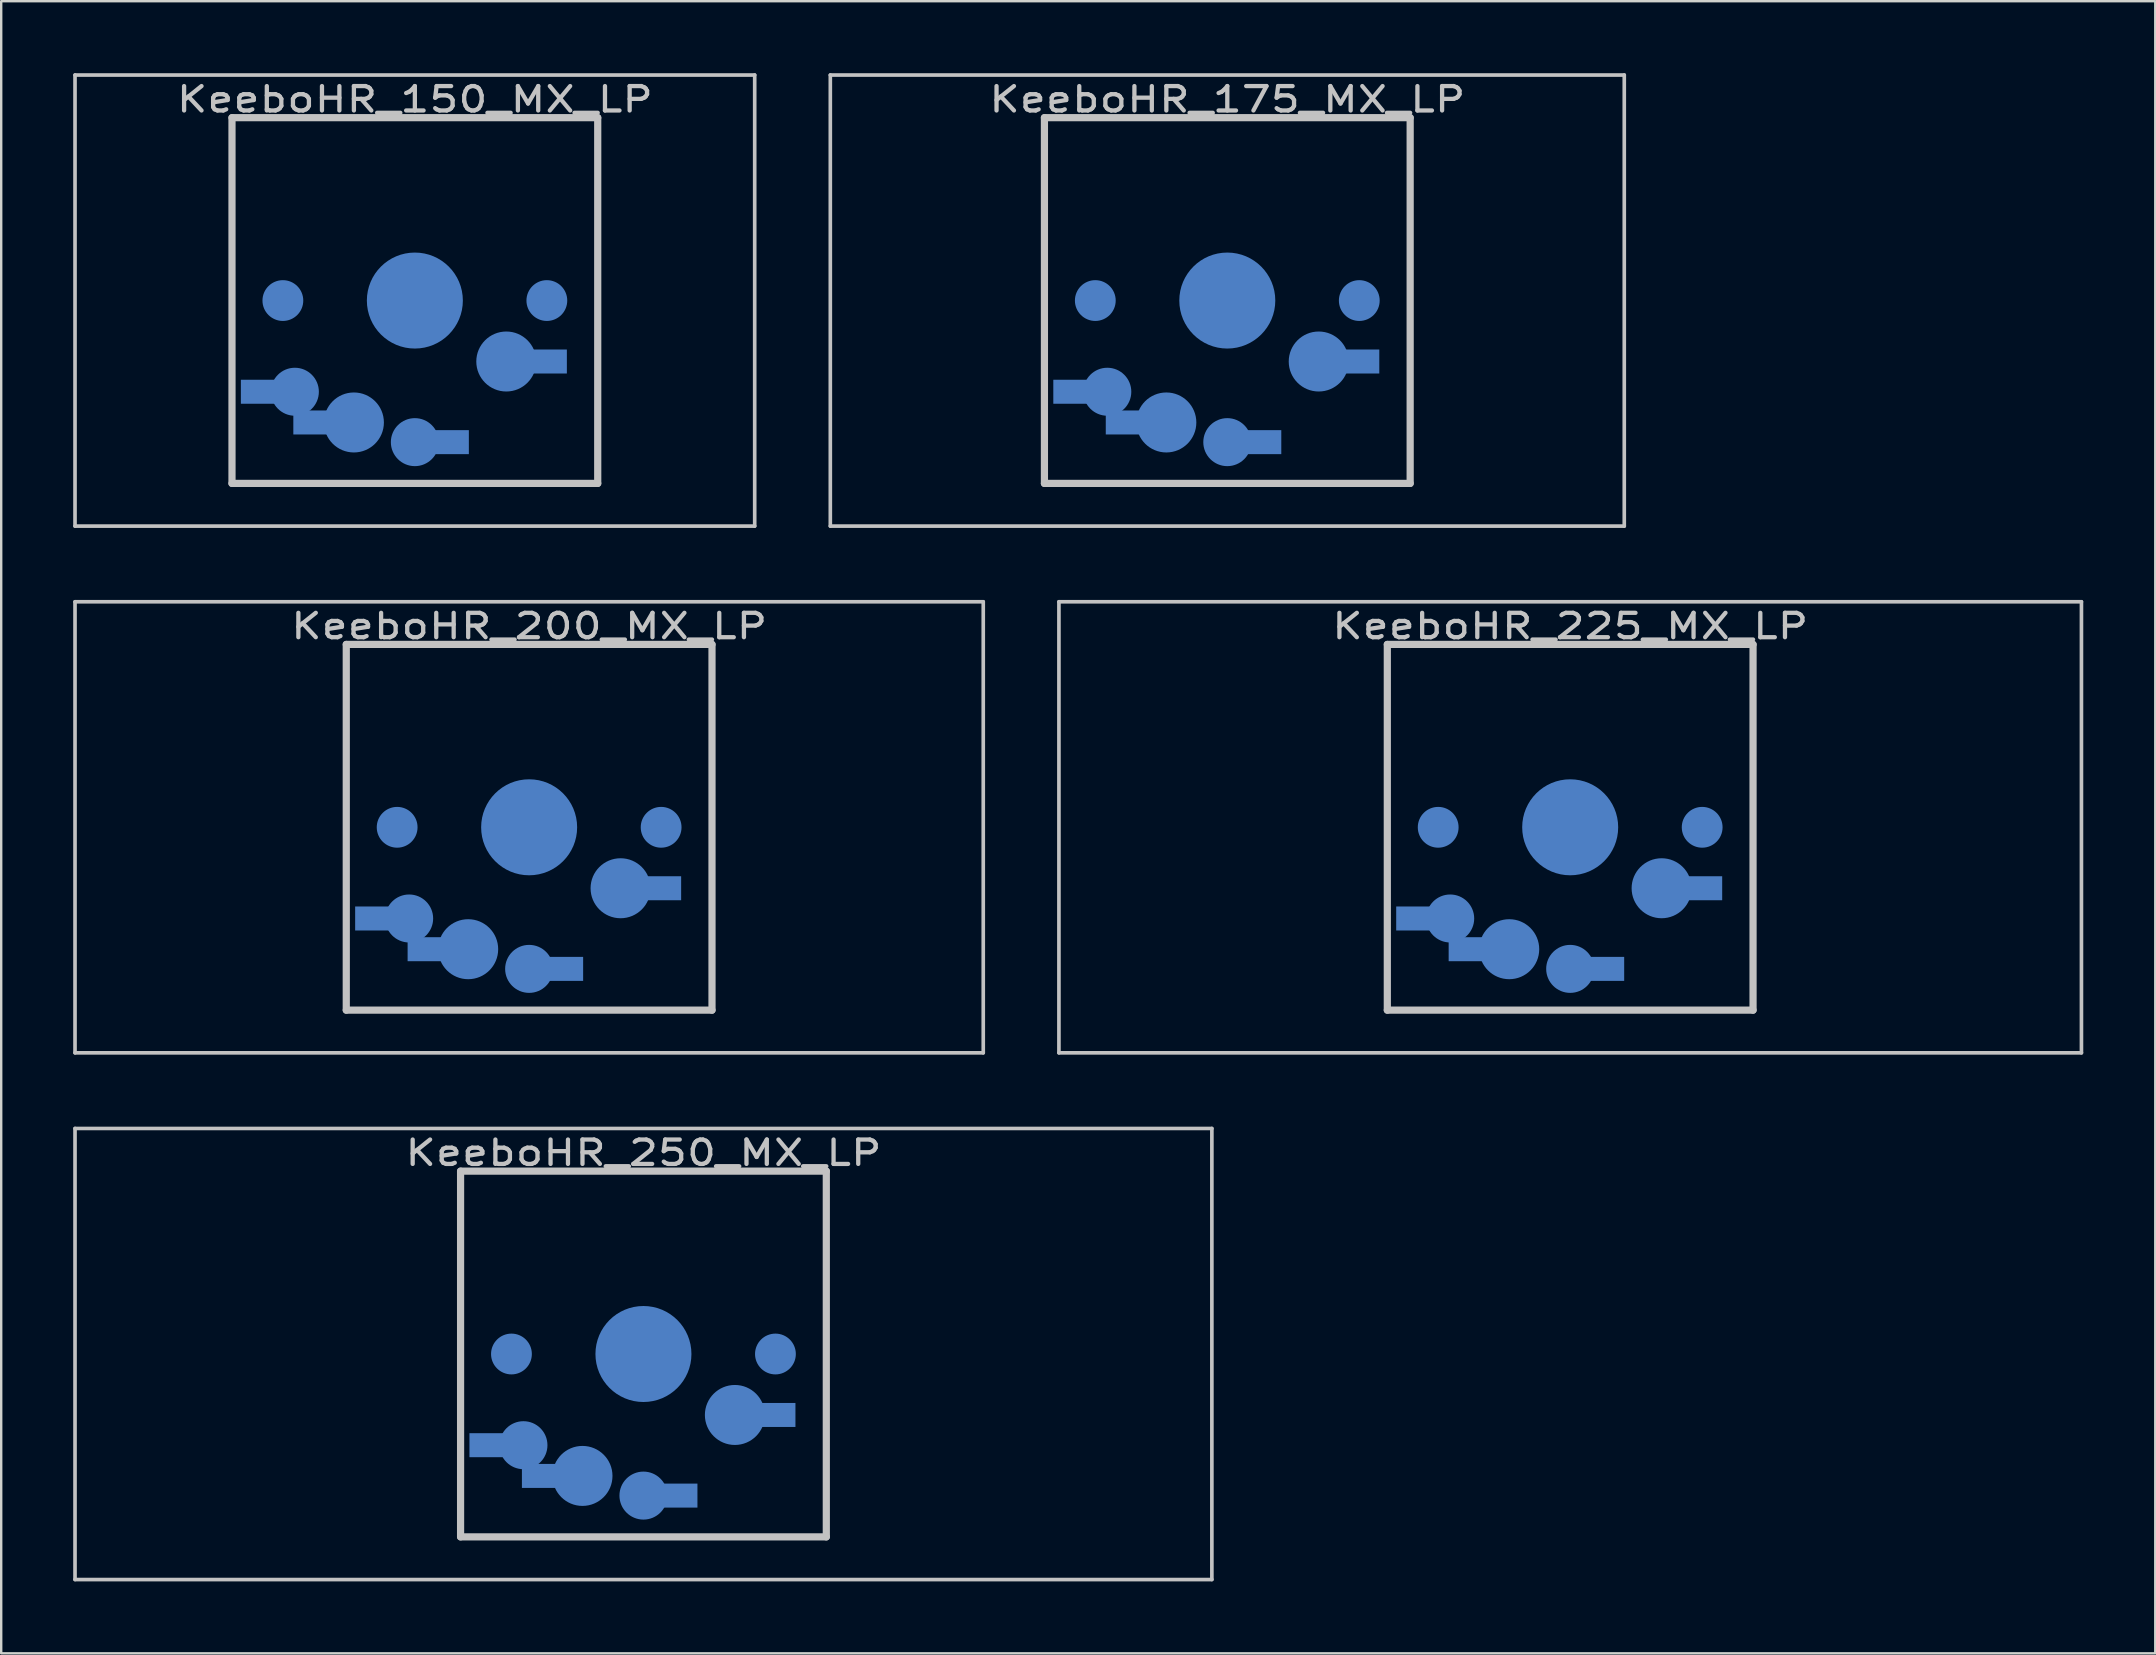
<source format=kicad_pcb>
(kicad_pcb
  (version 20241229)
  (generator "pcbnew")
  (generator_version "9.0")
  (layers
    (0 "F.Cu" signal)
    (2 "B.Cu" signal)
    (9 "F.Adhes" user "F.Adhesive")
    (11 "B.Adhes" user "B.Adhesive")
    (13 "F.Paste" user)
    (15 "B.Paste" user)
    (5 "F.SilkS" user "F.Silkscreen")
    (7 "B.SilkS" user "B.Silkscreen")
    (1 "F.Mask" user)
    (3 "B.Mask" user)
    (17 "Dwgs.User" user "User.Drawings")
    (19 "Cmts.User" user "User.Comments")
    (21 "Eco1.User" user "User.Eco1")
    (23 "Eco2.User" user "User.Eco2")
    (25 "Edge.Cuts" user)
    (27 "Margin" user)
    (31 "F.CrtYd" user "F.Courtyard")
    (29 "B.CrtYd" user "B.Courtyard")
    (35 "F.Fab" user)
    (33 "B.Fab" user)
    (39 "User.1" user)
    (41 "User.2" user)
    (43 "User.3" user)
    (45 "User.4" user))
  (footprint "KeeboHR_175_MX_LP"
    (layer "B.Cu")
    (at 48.091 9.474)
    (property "Reference" "KeeboHR_175_MX_LP" (at 0 -8.382 0) (layer "Dwgs.User") (effects (font (size 1.016 1.27) (thickness 0.178))))
    (attr through_hole)
    (fp_line (start -16.542 -9.398) (end 16.542 -9.398) (stroke (width 0.152) (type solid)) (layer "Dwgs.User"))
    (fp_line (start -16.542 9.398) (end -16.542 -9.398) (stroke (width 0.152) (type solid)) (layer "Dwgs.User"))
    (fp_line (start -7.62 -7.62) (end 7.62 -7.62) (stroke (width 0.3) (type solid)) (layer "Dwgs.User"))
    (fp_line (start -7.62 7.62) (end -7.62 -7.62) (stroke (width 0.3) (type solid)) (layer "Dwgs.User"))
    (fp_line (start 7.62 -7.62) (end 7.62 7.62) (stroke (width 0.3) (type solid)) (layer "Dwgs.User"))
    (fp_line (start 7.62 7.62) (end -7.62 7.62) (stroke (width 0.3) (type solid)) (layer "Dwgs.User"))
    (fp_line (start 16.542 -9.398) (end 16.542 9.398) (stroke (width 0.152) (type solid)) (layer "Dwgs.User"))
    (fp_line (start 16.542 9.398) (end -16.542 9.398) (stroke (width 0.152) (type solid)) (layer "Dwgs.User"))
    (pad "" smd circle (at -5.5 0) (size 1.7 1.7) (layers "B.Cu" "B.Mask"))
    (pad "" smd circle (at 0 0) (size 4 4) (layers "B.Cu" "B.Mask"))
    (pad "" smd circle (at 5.5 0) (size 1.7 1.7) (layers "B.Cu" "B.Mask"))
    (pad "1" smd circle (at 0 5.9) (size 2 2) (layers "B.Cu" "B.Mask"))
    (pad "1" smd rect (at 1.25 5.9) (size 2 1) (layers "B.Cu" "B.Mask"))
    (pad "1" smd circle (at 3.81 2.54) (size 2.5 2.5) (layers "B.Cu" "B.Mask"))
    (pad "1" smd rect (at 5.334 2.54) (size 2 1) (layers "B.Cu" "B.Mask"))
    (pad "2" smd rect (at -6.25 3.8) (size 2 1) (layers "B.Cu" "B.Mask"))
    (pad "2" smd circle (at -5 3.8) (size 2 2) (layers "B.Cu" "B.Mask"))
    (pad "2" smd rect (at -4.064 5.08) (size 2 1) (layers "B.Cu" "B.Mask"))
    (pad "2" smd circle (at -2.54 5.08) (size 2.5 2.5) (layers "B.Cu" "B.Mask")))
  (footprint "KeeboHR_200_MX_LP"
    (layer "B.Cu")
    (at 18.999 31.423)
    (property "Reference" "KeeboHR_200_MX_LP" (at 0 -8.382 0) (layer "Dwgs.User") (effects (font (size 1.016 1.27) (thickness 0.178))))
    (attr through_hole)
    (fp_line (start -18.923 -9.398) (end 18.923 -9.398) (stroke (width 0.152) (type solid)) (layer "Dwgs.User"))
    (fp_line (start -18.923 9.398) (end -18.923 -9.398) (stroke (width 0.152) (type solid)) (layer "Dwgs.User"))
    (fp_line (start -7.62 -7.62) (end 7.62 -7.62) (stroke (width 0.3) (type solid)) (layer "Dwgs.User"))
    (fp_line (start -7.62 7.62) (end -7.62 -7.62) (stroke (width 0.3) (type solid)) (layer "Dwgs.User"))
    (fp_line (start 7.62 -7.62) (end 7.62 7.62) (stroke (width 0.3) (type solid)) (layer "Dwgs.User"))
    (fp_line (start 7.62 7.62) (end -7.62 7.62) (stroke (width 0.3) (type solid)) (layer "Dwgs.User"))
    (fp_line (start 18.923 -9.398) (end 18.923 9.398) (stroke (width 0.152) (type solid)) (layer "Dwgs.User"))
    (fp_line (start 18.923 9.398) (end -18.923 9.398) (stroke (width 0.152) (type solid)) (layer "Dwgs.User"))
    (pad "" smd circle (at -5.5 0) (size 1.7 1.7) (layers "B.Cu" "B.Mask"))
    (pad "" smd circle (at 0 0) (size 4 4) (layers "B.Cu" "B.Mask"))
    (pad "" smd circle (at 5.5 0) (size 1.7 1.7) (layers "B.Cu" "B.Mask"))
    (pad "1" smd circle (at 0 5.9) (size 2 2) (layers "B.Cu" "B.Mask"))
    (pad "1" smd rect (at 1.25 5.9) (size 2 1) (layers "B.Cu" "B.Mask"))
    (pad "1" smd circle (at 3.81 2.54) (size 2.5 2.5) (layers "B.Cu" "B.Mask"))
    (pad "1" smd rect (at 5.334 2.54) (size 2 1) (layers "B.Cu" "B.Mask"))
    (pad "2" smd rect (at -6.25 3.8) (size 2 1) (layers "B.Cu" "B.Mask"))
    (pad "2" smd circle (at -5 3.8) (size 2 2) (layers "B.Cu" "B.Mask"))
    (pad "2" smd rect (at -4.064 5.08) (size 2 1) (layers "B.Cu" "B.Mask"))
    (pad "2" smd circle (at -2.54 5.08) (size 2.5 2.5) (layers "B.Cu" "B.Mask")))
  (footprint "KeeboHR_225_MX_LP"
    (layer "B.Cu")
    (at 62.379 31.423)
    (property "Reference" "KeeboHR_225_MX_LP" (at 0 -8.382 0) (layer "Dwgs.User") (effects (font (size 1.016 1.27) (thickness 0.178))))
    (attr through_hole)
    (fp_line (start -21.304 -9.398) (end 21.304 -9.398) (stroke (width 0.152) (type solid)) (layer "Dwgs.User"))
    (fp_line (start -21.304 9.398) (end -21.304 -9.398) (stroke (width 0.152) (type solid)) (layer "Dwgs.User"))
    (fp_line (start -7.62 -7.62) (end 7.62 -7.62) (stroke (width 0.3) (type solid)) (layer "Dwgs.User"))
    (fp_line (start -7.62 7.62) (end -7.62 -7.62) (stroke (width 0.3) (type solid)) (layer "Dwgs.User"))
    (fp_line (start 7.62 -7.62) (end 7.62 7.62) (stroke (width 0.3) (type solid)) (layer "Dwgs.User"))
    (fp_line (start 7.62 7.62) (end -7.62 7.62) (stroke (width 0.3) (type solid)) (layer "Dwgs.User"))
    (fp_line (start 21.304 -9.398) (end 21.304 9.398) (stroke (width 0.152) (type solid)) (layer "Dwgs.User"))
    (fp_line (start 21.304 9.398) (end -21.304 9.398) (stroke (width 0.152) (type solid)) (layer "Dwgs.User"))
    (pad "" smd circle (at -5.5 0) (size 1.7 1.7) (layers "B.Cu" "B.Mask"))
    (pad "" smd circle (at 0 0) (size 4 4) (layers "B.Cu" "B.Mask"))
    (pad "" smd circle (at 5.5 0) (size 1.7 1.7) (layers "B.Cu" "B.Mask"))
    (pad "1" smd circle (at 0 5.9) (size 2 2) (layers "B.Cu" "B.Mask"))
    (pad "1" smd rect (at 1.25 5.9) (size 2 1) (layers "B.Cu" "B.Mask"))
    (pad "1" smd circle (at 3.81 2.54) (size 2.5 2.5) (layers "B.Cu" "B.Mask"))
    (pad "1" smd rect (at 5.334 2.54) (size 2 1) (layers "B.Cu" "B.Mask"))
    (pad "2" smd rect (at -6.25 3.8) (size 2 1) (layers "B.Cu" "B.Mask"))
    (pad "2" smd circle (at -5 3.8) (size 2 2) (layers "B.Cu" "B.Mask"))
    (pad "2" smd rect (at -4.064 5.08) (size 2 1) (layers "B.Cu" "B.Mask"))
    (pad "2" smd circle (at -2.54 5.08) (size 2.5 2.5) (layers "B.Cu" "B.Mask")))
  (footprint "KeeboHR_150_MX_LP"
    (layer "B.Cu")
    (at 14.237 9.474)
    (property "Reference" "KeeboHR_150_MX_LP" (at 0 -8.382 0) (layer "Dwgs.User") (effects (font (size 1.016 1.27) (thickness 0.178))))
    (attr through_hole)
    (fp_line (start -14.161 -9.398) (end 14.161 -9.398) (stroke (width 0.152) (type solid)) (layer "Dwgs.User"))
    (fp_line (start -14.161 9.398) (end -14.161 -9.398) (stroke (width 0.152) (type solid)) (layer "Dwgs.User"))
    (fp_line (start -7.62 -7.62) (end 7.62 -7.62) (stroke (width 0.3) (type solid)) (layer "Dwgs.User"))
    (fp_line (start -7.62 7.62) (end -7.62 -7.62) (stroke (width 0.3) (type solid)) (layer "Dwgs.User"))
    (fp_line (start 7.62 -7.62) (end 7.62 7.62) (stroke (width 0.3) (type solid)) (layer "Dwgs.User"))
    (fp_line (start 7.62 7.62) (end -7.62 7.62) (stroke (width 0.3) (type solid)) (layer "Dwgs.User"))
    (fp_line (start 14.161 -9.398) (end 14.161 9.398) (stroke (width 0.152) (type solid)) (layer "Dwgs.User"))
    (fp_line (start 14.161 9.398) (end -14.161 9.398) (stroke (width 0.152) (type solid)) (layer "Dwgs.User"))
    (pad "" smd circle (at -5.5 0) (size 1.7 1.7) (layers "B.Cu" "B.Mask"))
    (pad "" smd circle (at 0 0) (size 4 4) (layers "B.Cu" "B.Mask"))
    (pad "" smd circle (at 5.5 0) (size 1.7 1.7) (layers "B.Cu" "B.Mask"))
    (pad "1" smd circle (at 0 5.9) (size 2 2) (layers "B.Cu" "B.Mask"))
    (pad "1" smd rect (at 1.25 5.9) (size 2 1) (layers "B.Cu" "B.Mask"))
    (pad "1" smd circle (at 3.81 2.54) (size 2.5 2.5) (layers "B.Cu" "B.Mask"))
    (pad "1" smd rect (at 5.334 2.54) (size 2 1) (layers "B.Cu" "B.Mask"))
    (pad "2" smd rect (at -6.25 3.8) (size 2 1) (layers "B.Cu" "B.Mask"))
    (pad "2" smd circle (at -5 3.8) (size 2 2) (layers "B.Cu" "B.Mask"))
    (pad "2" smd rect (at -4.064 5.08) (size 2 1) (layers "B.Cu" "B.Mask"))
    (pad "2" smd circle (at -2.54 5.08) (size 2.5 2.5) (layers "B.Cu" "B.Mask")))
  (footprint "KeeboHR_250_MX_LP"
    (layer "B.Cu")
    (at 23.762 53.371)
    (property "Reference" "KeeboHR_250_MX_LP" (at 0 -8.382 0) (layer "Dwgs.User") (effects (font (size 1.016 1.27) (thickness 0.178))))
    (attr through_hole)
    (fp_line (start -23.686 -9.398) (end 23.686 -9.398) (stroke (width 0.152) (type solid)) (layer "Dwgs.User"))
    (fp_line (start -23.686 9.398) (end -23.686 -9.398) (stroke (width 0.152) (type solid)) (layer "Dwgs.User"))
    (fp_line (start -7.62 -7.62) (end 7.62 -7.62) (stroke (width 0.3) (type solid)) (layer "Dwgs.User"))
    (fp_line (start -7.62 7.62) (end -7.62 -7.62) (stroke (width 0.3) (type solid)) (layer "Dwgs.User"))
    (fp_line (start 7.62 -7.62) (end 7.62 7.62) (stroke (width 0.3) (type solid)) (layer "Dwgs.User"))
    (fp_line (start 7.62 7.62) (end -7.62 7.62) (stroke (width 0.3) (type solid)) (layer "Dwgs.User"))
    (fp_line (start 23.686 -9.398) (end 23.686 9.398) (stroke (width 0.152) (type solid)) (layer "Dwgs.User"))
    (fp_line (start 23.686 9.398) (end -23.686 9.398) (stroke (width 0.152) (type solid)) (layer "Dwgs.User"))
    (pad "" smd circle (at -5.5 0) (size 1.7 1.7) (layers "B.Cu" "B.Mask"))
    (pad "" smd circle (at 0 0) (size 4 4) (layers "B.Cu" "B.Mask"))
    (pad "" smd circle (at 5.5 0) (size 1.7 1.7) (layers "B.Cu" "B.Mask"))
    (pad "1" smd circle (at 0 5.9) (size 2 2) (layers "B.Cu" "B.Mask"))
    (pad "1" smd rect (at 1.25 5.9) (size 2 1) (layers "B.Cu" "B.Mask"))
    (pad "1" smd circle (at 3.81 2.54) (size 2.5 2.5) (layers "B.Cu" "B.Mask"))
    (pad "1" smd rect (at 5.334 2.54) (size 2 1) (layers "B.Cu" "B.Mask"))
    (pad "2" smd rect (at -6.25 3.8) (size 2 1) (layers "B.Cu" "B.Mask"))
    (pad "2" smd circle (at -5 3.8) (size 2 2) (layers "B.Cu" "B.Mask"))
    (pad "2" smd rect (at -4.064 5.08) (size 2 1) (layers "B.Cu" "B.Mask"))
    (pad "2" smd circle (at -2.54 5.08) (size 2.5 2.5) (layers "B.Cu" "B.Mask")))
  (gr_rect
    (start -3 -3)
    (end 86.759 65.845)
    (stroke (width 0.1) (type default))
    (fill no)
    (layer "Edge.Cuts")))
</source>
